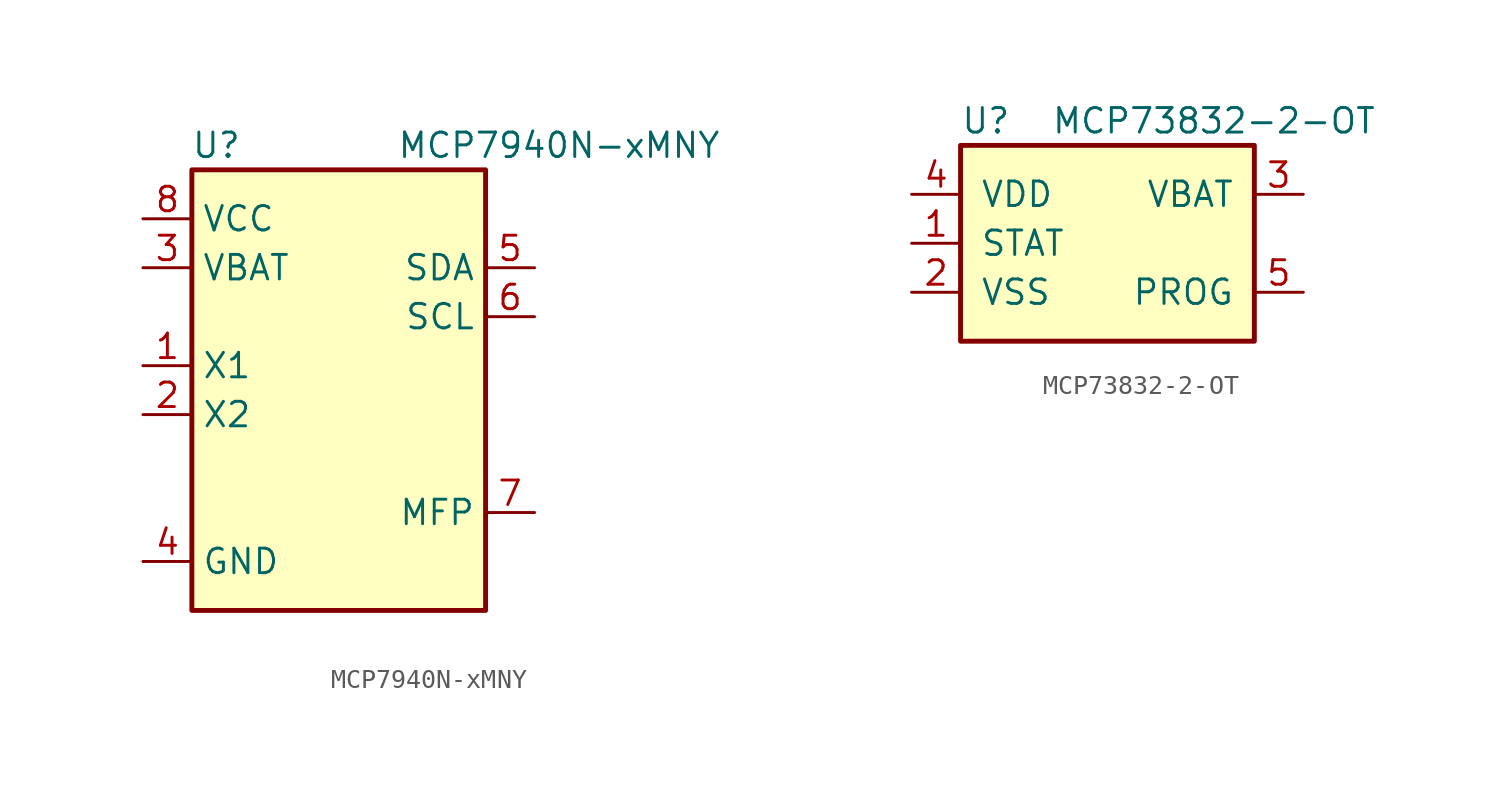
<source format=kicad_sym>
(kicad_symbol_lib
  (version 20211014)
  (generator kicad_symbol_editor)
  (symbol "MCP7940N-xMNY"
    (property "Reference" "U"
      (at -6.35 11.43 0)
      (effects (font (size 1.27 1.27))))
    (property "Value" "MCP7940N-xMNY"
      (at 11.43 11.43 0)
      (effects (font (size 1.27 1.27))))
    (symbol "MCP7940N-xMNY_1_1"
      (rectangle (start -7.62 10.16) (end 7.62 -12.7) (stroke (width 0.254) (type default) (color 0 0 0 0)) (fill (type background)))
      (pin input line (at -10.16 0 0) (length 2.54) (name "X1" (effects (font (size 1.27 1.27)))) (number "1" (effects (font (size 1.27 1.27)))))
      (pin output line (at -10.16 -2.54 0) (length 2.54) (name "X2" (effects (font (size 1.27 1.27)))) (number "2" (effects (font (size 1.27 1.27)))))
      (pin power_in line (at -10.16 5.08 0) (length 2.54) (name "VBAT" (effects (font (size 1.27 1.27)))) (number "3" (effects (font (size 1.27 1.27)))))
      (pin power_in line (at -10.16 -10.16 0) (length 2.54) (name "GND" (effects (font (size 1.27 1.27)))) (number "4" (effects (font (size 1.27 1.27)))))
      (pin bidirectional line (at 10.16 5.08 180) (length 2.54) (name "SDA" (effects (font (size 1.27 1.27)))) (number "5" (effects (font (size 1.27 1.27)))))
      (pin input line (at 10.16 2.54 180) (length 2.54) (name "SCL" (effects (font (size 1.27 1.27)))) (number "6" (effects (font (size 1.27 1.27)))))
      (pin open_collector line (at 10.16 -7.62 180) (length 2.54) (name "MFP" (effects (font (size 1.27 1.27)))) (number "7" (effects (font (size 1.27 1.27)))))
      (pin power_in line (at -10.16 7.62 0) (length 2.54) (name "VCC" (effects (font (size 1.27 1.27)))) (number "8" (effects (font (size 1.27 1.27)))))))
  (symbol "MCP73832-2-OT"
    (pin_names
      (offset 1.016))
    (property "Reference" "U"
      (at -7.62 6.35 0)
      (effects (font (size 1.27 1.27)) (justify left)))
    (property "Value" "MCP73832-2-OT"
      (at 13.97 6.35 0)
      (effects (font (size 1.27 1.27)) (justify right)))
    (symbol "MCP73832-2-OT_0_1"
      (rectangle (start -7.62 5.08) (end 7.62 -5.08) (stroke (width 0.254) (type default) (color 0 0 0 0)) (fill (type background))))
    (symbol "MCP73832-2-OT_1_1"
      (pin output line (at -10.16 0 0) (length 2.54) (name "STAT" (effects (font (size 1.27 1.27)))) (number "1" (effects (font (size 1.27 1.27)))))
      (pin power_in line (at -10.16 -2.54 0) (length 2.54) (name "VSS" (effects (font (size 1.27 1.27)))) (number "2" (effects (font (size 1.27 1.27)))))
      (pin power_out line (at 10.16 2.54 180) (length 2.54) (name "VBAT" (effects (font (size 1.27 1.27)))) (number "3" (effects (font (size 1.27 1.27)))))
      (pin power_in line (at -10.16 2.54 0) (length 2.54) (name "VDD" (effects (font (size 1.27 1.27)))) (number "4" (effects (font (size 1.27 1.27)))))
      (pin input line (at 10.16 -2.54 180) (length 2.54) (name "PROG" (effects (font (size 1.27 1.27)))) (number "5" (effects (font (size 1.27 1.27))))))))
</source>
